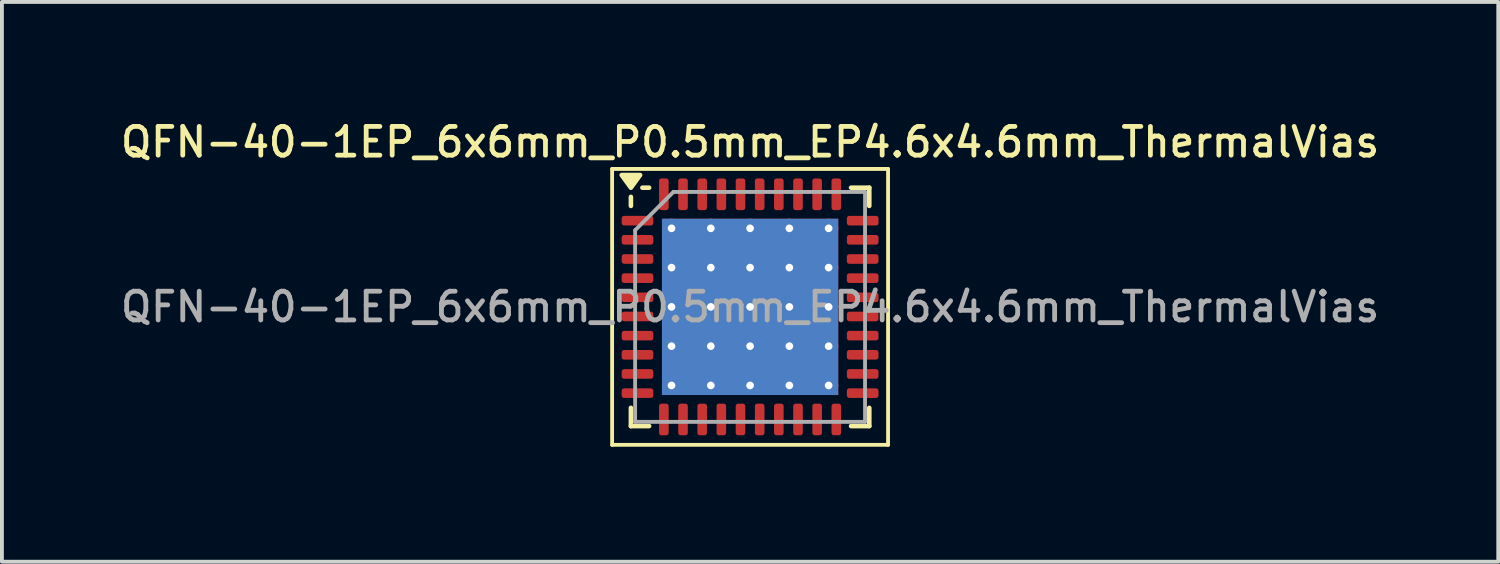
<source format=kicad_pcb>
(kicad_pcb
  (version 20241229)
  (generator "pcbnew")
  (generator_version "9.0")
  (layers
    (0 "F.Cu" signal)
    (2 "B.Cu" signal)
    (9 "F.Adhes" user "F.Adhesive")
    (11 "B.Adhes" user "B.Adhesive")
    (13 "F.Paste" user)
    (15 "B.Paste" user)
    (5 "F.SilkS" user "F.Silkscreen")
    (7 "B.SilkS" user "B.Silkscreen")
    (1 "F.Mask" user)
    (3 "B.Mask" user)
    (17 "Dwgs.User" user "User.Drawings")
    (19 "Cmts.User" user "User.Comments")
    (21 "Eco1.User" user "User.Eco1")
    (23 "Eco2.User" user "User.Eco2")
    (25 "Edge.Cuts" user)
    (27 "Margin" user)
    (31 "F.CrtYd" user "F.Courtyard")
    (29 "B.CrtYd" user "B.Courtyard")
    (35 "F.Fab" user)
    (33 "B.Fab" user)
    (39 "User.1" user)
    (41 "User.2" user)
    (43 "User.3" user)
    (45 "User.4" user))
  (footprint "QFN-40-1EP_6x6mm_P0.5mm_EP4.6x4.6mm_ThermalVias"
    (layer "F.Cu")
    (at 16.523 4.958)
    (property "Reference" "QFN-40-1EP_6x6mm_P0.5mm_EP4.6x4.6mm_ThermalVias" (at 0 -4.3 0) (layer "F.SilkS") (effects (font (size 0.75 0.75) (thickness 0.125))))
    (attr smd)
    (fp_line (start -3.6 -3.6) (end -3.6 3.6) (stroke (width 0.1) (type solid)) (layer "F.SilkS"))
    (fp_line (start -3.6 3.6) (end 3.6 3.6) (stroke (width 0.1) (type solid)) (layer "F.SilkS"))
    (fp_line (start -3.11 -2.635) (end -3.11 -2.87) (stroke (width 0.12) (type solid)) (layer "F.SilkS"))
    (fp_line (start -3.11 3.11) (end -3.11 2.635) (stroke (width 0.12) (type solid)) (layer "F.SilkS"))
    (fp_line (start -2.635 -3.11) (end -2.81 -3.11) (stroke (width 0.12) (type solid)) (layer "F.SilkS"))
    (fp_line (start -2.635 3.11) (end -3.11 3.11) (stroke (width 0.12) (type solid)) (layer "F.SilkS"))
    (fp_line (start 2.635 -3.11) (end 3.11 -3.11) (stroke (width 0.12) (type solid)) (layer "F.SilkS"))
    (fp_line (start 2.635 3.11) (end 3.11 3.11) (stroke (width 0.12) (type solid)) (layer "F.SilkS"))
    (fp_line (start 3.11 -3.11) (end 3.11 -2.635) (stroke (width 0.12) (type solid)) (layer "F.SilkS"))
    (fp_line (start 3.11 3.11) (end 3.11 2.635) (stroke (width 0.12) (type solid)) (layer "F.SilkS"))
    (fp_line (start 3.6 -3.6) (end -3.6 -3.6) (stroke (width 0.1) (type solid)) (layer "F.SilkS"))
    (fp_line (start 3.6 3.6) (end 3.6 -3.6) (stroke (width 0.1) (type solid)) (layer "F.SilkS"))
    (fp_poly (pts (xy -3.11 -3.11) (xy -3.35 -3.44) (xy -2.87 -3.44) (xy -3.11 -3.11)) (stroke (width 0.12) (type solid)) (fill yes) (layer "F.SilkS"))
    (fp_line (start -3 -2) (end -2 -3) (stroke (width 0.1) (type solid)) (layer "F.Fab"))
    (fp_line (start -3 3) (end -3 -2) (stroke (width 0.1) (type solid)) (layer "F.Fab"))
    (fp_line (start -2 -3) (end 3 -3) (stroke (width 0.1) (type solid)) (layer "F.Fab"))
    (fp_line (start 3 -3) (end 3 3) (stroke (width 0.1) (type solid)) (layer "F.Fab"))
    (fp_line (start 3 3) (end -3 3) (stroke (width 0.1) (type solid)) (layer "F.Fab"))
    (fp_text user "${REFERENCE}" (at 0 0 0) (layer "F.Fab") (effects (font (size 0.75 0.75) (thickness 0.125))))
    (pad "" smd custom (at -1.538 -1.538) (size 0.786 0.786) (layers "F.Paste") (options (anchor circle)) (primitives (gr_poly (pts (xy -0.34 -0.253) (xy -0.253 -0.34) (xy 0.253 -0.34) (xy 0.34 -0.253) (xy 0.34 0.253) (xy 0.253 0.34) (xy -0.253 0.34) (xy -0.34 0.253)) (width 0.21) (fill yes))))
    (pad "" smd custom (at -1.538 -0.512) (size 0.786 0.786) (layers "F.Paste") (options (anchor circle)) (primitives (gr_poly (pts (xy -0.34 -0.253) (xy -0.253 -0.34) (xy 0.253 -0.34) (xy 0.34 -0.253) (xy 0.34 0.253) (xy 0.253 0.34) (xy -0.253 0.34) (xy -0.34 0.253)) (width 0.21) (fill yes))))
    (pad "" smd custom (at -1.538 0.512) (size 0.786 0.786) (layers "F.Paste") (options (anchor circle)) (primitives (gr_poly (pts (xy -0.34 -0.253) (xy -0.253 -0.34) (xy 0.253 -0.34) (xy 0.34 -0.253) (xy 0.34 0.253) (xy 0.253 0.34) (xy -0.253 0.34) (xy -0.34 0.253)) (width 0.21) (fill yes))))
    (pad "" smd custom (at -1.538 1.538) (size 0.786 0.786) (layers "F.Paste") (options (anchor circle)) (primitives (gr_poly (pts (xy -0.34 -0.253) (xy -0.253 -0.34) (xy 0.253 -0.34) (xy 0.34 -0.253) (xy 0.34 0.253) (xy 0.253 0.34) (xy -0.253 0.34) (xy -0.34 0.253)) (width 0.21) (fill yes))))
    (pad "" smd custom (at -0.512 -1.538) (size 0.786 0.786) (layers "F.Paste") (options (anchor circle)) (primitives (gr_poly (pts (xy -0.34 -0.253) (xy -0.253 -0.34) (xy 0.253 -0.34) (xy 0.34 -0.253) (xy 0.34 0.253) (xy 0.253 0.34) (xy -0.253 0.34) (xy -0.34 0.253)) (width 0.21) (fill yes))))
    (pad "" smd custom (at -0.512 -0.512) (size 0.786 0.786) (layers "F.Paste") (options (anchor circle)) (primitives (gr_poly (pts (xy -0.34 -0.253) (xy -0.253 -0.34) (xy 0.253 -0.34) (xy 0.34 -0.253) (xy 0.34 0.253) (xy 0.253 0.34) (xy -0.253 0.34) (xy -0.34 0.253)) (width 0.21) (fill yes))))
    (pad "" smd custom (at -0.512 0.512) (size 0.786 0.786) (layers "F.Paste") (options (anchor circle)) (primitives (gr_poly (pts (xy -0.34 -0.253) (xy -0.253 -0.34) (xy 0.253 -0.34) (xy 0.34 -0.253) (xy 0.34 0.253) (xy 0.253 0.34) (xy -0.253 0.34) (xy -0.34 0.253)) (width 0.21) (fill yes))))
    (pad "" smd custom (at -0.512 1.538) (size 0.786 0.786) (layers "F.Paste") (options (anchor circle)) (primitives (gr_poly (pts (xy -0.34 -0.253) (xy -0.253 -0.34) (xy 0.253 -0.34) (xy 0.34 -0.253) (xy 0.34 0.253) (xy 0.253 0.34) (xy -0.253 0.34) (xy -0.34 0.253)) (width 0.21) (fill yes))))
    (pad "" smd custom (at 0.512 -1.538) (size 0.786 0.786) (layers "F.Paste") (options (anchor circle)) (primitives (gr_poly (pts (xy -0.34 -0.253) (xy -0.253 -0.34) (xy 0.253 -0.34) (xy 0.34 -0.253) (xy 0.34 0.253) (xy 0.253 0.34) (xy -0.253 0.34) (xy -0.34 0.253)) (width 0.21) (fill yes))))
    (pad "" smd custom (at 0.512 -0.512) (size 0.786 0.786) (layers "F.Paste") (options (anchor circle)) (primitives (gr_poly (pts (xy -0.34 -0.253) (xy -0.253 -0.34) (xy 0.253 -0.34) (xy 0.34 -0.253) (xy 0.34 0.253) (xy 0.253 0.34) (xy -0.253 0.34) (xy -0.34 0.253)) (width 0.21) (fill yes))))
    (pad "" smd custom (at 0.512 0.512) (size 0.786 0.786) (layers "F.Paste") (options (anchor circle)) (primitives (gr_poly (pts (xy -0.34 -0.253) (xy -0.253 -0.34) (xy 0.253 -0.34) (xy 0.34 -0.253) (xy 0.34 0.253) (xy 0.253 0.34) (xy -0.253 0.34) (xy -0.34 0.253)) (width 0.21) (fill yes))))
    (pad "" smd custom (at 0.512 1.538) (size 0.786 0.786) (layers "F.Paste") (options (anchor circle)) (primitives (gr_poly (pts (xy -0.34 -0.253) (xy -0.253 -0.34) (xy 0.253 -0.34) (xy 0.34 -0.253) (xy 0.34 0.253) (xy 0.253 0.34) (xy -0.253 0.34) (xy -0.34 0.253)) (width 0.21) (fill yes))))
    (pad "" smd custom (at 1.538 -1.538) (size 0.786 0.786) (layers "F.Paste") (options (anchor circle)) (primitives (gr_poly (pts (xy -0.34 -0.253) (xy -0.253 -0.34) (xy 0.253 -0.34) (xy 0.34 -0.253) (xy 0.34 0.253) (xy 0.253 0.34) (xy -0.253 0.34) (xy -0.34 0.253)) (width 0.21) (fill yes))))
    (pad "" smd custom (at 1.538 -0.512) (size 0.786 0.786) (layers "F.Paste") (options (anchor circle)) (primitives (gr_poly (pts (xy -0.34 -0.253) (xy -0.253 -0.34) (xy 0.253 -0.34) (xy 0.34 -0.253) (xy 0.34 0.253) (xy 0.253 0.34) (xy -0.253 0.34) (xy -0.34 0.253)) (width 0.21) (fill yes))))
    (pad "" smd custom (at 1.538 0.512) (size 0.786 0.786) (layers "F.Paste") (options (anchor circle)) (primitives (gr_poly (pts (xy -0.34 -0.253) (xy -0.253 -0.34) (xy 0.253 -0.34) (xy 0.34 -0.253) (xy 0.34 0.253) (xy 0.253 0.34) (xy -0.253 0.34) (xy -0.34 0.253)) (width 0.21) (fill yes))))
    (pad "" smd custom (at 1.538 1.538) (size 0.786 0.786) (layers "F.Paste") (options (anchor circle)) (primitives (gr_poly (pts (xy -0.34 -0.253) (xy -0.253 -0.34) (xy 0.253 -0.34) (xy 0.34 -0.253) (xy 0.34 0.253) (xy 0.253 0.34) (xy -0.253 0.34) (xy -0.34 0.253)) (width 0.21) (fill yes))))
    (pad "1" smd roundrect (at -2.938 -2.25) (size 0.825 0.25) (layers "F.Cu" "F.Mask" "F.Paste") (roundrect_rratio 0.25))
    (pad "2" smd roundrect (at -2.938 -1.75) (size 0.825 0.25) (layers "F.Cu" "F.Mask" "F.Paste") (roundrect_rratio 0.25))
    (pad "3" smd roundrect (at -2.938 -1.25) (size 0.825 0.25) (layers "F.Cu" "F.Mask" "F.Paste") (roundrect_rratio 0.25))
    (pad "4" smd roundrect (at -2.938 -0.75) (size 0.825 0.25) (layers "F.Cu" "F.Mask" "F.Paste") (roundrect_rratio 0.25))
    (pad "5" smd roundrect (at -2.938 -0.25) (size 0.825 0.25) (layers "F.Cu" "F.Mask" "F.Paste") (roundrect_rratio 0.25))
    (pad "6" smd roundrect (at -2.938 0.25) (size 0.825 0.25) (layers "F.Cu" "F.Mask" "F.Paste") (roundrect_rratio 0.25))
    (pad "7" smd roundrect (at -2.938 0.75) (size 0.825 0.25) (layers "F.Cu" "F.Mask" "F.Paste") (roundrect_rratio 0.25))
    (pad "8" smd roundrect (at -2.938 1.25) (size 0.825 0.25) (layers "F.Cu" "F.Mask" "F.Paste") (roundrect_rratio 0.25))
    (pad "9" smd roundrect (at -2.938 1.75) (size 0.825 0.25) (layers "F.Cu" "F.Mask" "F.Paste") (roundrect_rratio 0.25))
    (pad "10" smd roundrect (at -2.938 2.25) (size 0.825 0.25) (layers "F.Cu" "F.Mask" "F.Paste") (roundrect_rratio 0.25))
    (pad "11" smd roundrect (at -2.25 2.938) (size 0.25 0.825) (layers "F.Cu" "F.Mask" "F.Paste") (roundrect_rratio 0.25))
    (pad "12" smd roundrect (at -1.75 2.938) (size 0.25 0.825) (layers "F.Cu" "F.Mask" "F.Paste") (roundrect_rratio 0.25))
    (pad "13" smd roundrect (at -1.25 2.938) (size 0.25 0.825) (layers "F.Cu" "F.Mask" "F.Paste") (roundrect_rratio 0.25))
    (pad "14" smd roundrect (at -0.75 2.938) (size 0.25 0.825) (layers "F.Cu" "F.Mask" "F.Paste") (roundrect_rratio 0.25))
    (pad "15" smd roundrect (at -0.25 2.938) (size 0.25 0.825) (layers "F.Cu" "F.Mask" "F.Paste") (roundrect_rratio 0.25))
    (pad "16" smd roundrect (at 0.25 2.938) (size 0.25 0.825) (layers "F.Cu" "F.Mask" "F.Paste") (roundrect_rratio 0.25))
    (pad "17" smd roundrect (at 0.75 2.938) (size 0.25 0.825) (layers "F.Cu" "F.Mask" "F.Paste") (roundrect_rratio 0.25))
    (pad "18" smd roundrect (at 1.25 2.938) (size 0.25 0.825) (layers "F.Cu" "F.Mask" "F.Paste") (roundrect_rratio 0.25))
    (pad "19" smd roundrect (at 1.75 2.938) (size 0.25 0.825) (layers "F.Cu" "F.Mask" "F.Paste") (roundrect_rratio 0.25))
    (pad "20" smd roundrect (at 2.25 2.938) (size 0.25 0.825) (layers "F.Cu" "F.Mask" "F.Paste") (roundrect_rratio 0.25))
    (pad "21" smd roundrect (at 2.938 2.25) (size 0.825 0.25) (layers "F.Cu" "F.Mask" "F.Paste") (roundrect_rratio 0.25))
    (pad "22" smd roundrect (at 2.938 1.75) (size 0.825 0.25) (layers "F.Cu" "F.Mask" "F.Paste") (roundrect_rratio 0.25))
    (pad "23" smd roundrect (at 2.938 1.25) (size 0.825 0.25) (layers "F.Cu" "F.Mask" "F.Paste") (roundrect_rratio 0.25))
    (pad "24" smd roundrect (at 2.938 0.75) (size 0.825 0.25) (layers "F.Cu" "F.Mask" "F.Paste") (roundrect_rratio 0.25))
    (pad "25" smd roundrect (at 2.938 0.25) (size 0.825 0.25) (layers "F.Cu" "F.Mask" "F.Paste") (roundrect_rratio 0.25))
    (pad "26" smd roundrect (at 2.938 -0.25) (size 0.825 0.25) (layers "F.Cu" "F.Mask" "F.Paste") (roundrect_rratio 0.25))
    (pad "27" smd roundrect (at 2.938 -0.75) (size 0.825 0.25) (layers "F.Cu" "F.Mask" "F.Paste") (roundrect_rratio 0.25))
    (pad "28" smd roundrect (at 2.938 -1.25) (size 0.825 0.25) (layers "F.Cu" "F.Mask" "F.Paste") (roundrect_rratio 0.25))
    (pad "29" smd roundrect (at 2.938 -1.75) (size 0.825 0.25) (layers "F.Cu" "F.Mask" "F.Paste") (roundrect_rratio 0.25))
    (pad "30" smd roundrect (at 2.938 -2.25) (size 0.825 0.25) (layers "F.Cu" "F.Mask" "F.Paste") (roundrect_rratio 0.25))
    (pad "31" smd roundrect (at 2.25 -2.938) (size 0.25 0.825) (layers "F.Cu" "F.Mask" "F.Paste") (roundrect_rratio 0.25))
    (pad "32" smd roundrect (at 1.75 -2.938) (size 0.25 0.825) (layers "F.Cu" "F.Mask" "F.Paste") (roundrect_rratio 0.25))
    (pad "33" smd roundrect (at 1.25 -2.938) (size 0.25 0.825) (layers "F.Cu" "F.Mask" "F.Paste") (roundrect_rratio 0.25))
    (pad "34" smd roundrect (at 0.75 -2.938) (size 0.25 0.825) (layers "F.Cu" "F.Mask" "F.Paste") (roundrect_rratio 0.25))
    (pad "35" smd roundrect (at 0.25 -2.938) (size 0.25 0.825) (layers "F.Cu" "F.Mask" "F.Paste") (roundrect_rratio 0.25))
    (pad "36" smd roundrect (at -0.25 -2.938) (size 0.25 0.825) (layers "F.Cu" "F.Mask" "F.Paste") (roundrect_rratio 0.25))
    (pad "37" smd roundrect (at -0.75 -2.938) (size 0.25 0.825) (layers "F.Cu" "F.Mask" "F.Paste") (roundrect_rratio 0.25))
    (pad "38" smd roundrect (at -1.25 -2.938) (size 0.25 0.825) (layers "F.Cu" "F.Mask" "F.Paste") (roundrect_rratio 0.25))
    (pad "39" smd roundrect (at -1.75 -2.938) (size 0.25 0.825) (layers "F.Cu" "F.Mask" "F.Paste") (roundrect_rratio 0.25))
    (pad "40" smd roundrect (at -2.25 -2.938) (size 0.25 0.825) (layers "F.Cu" "F.Mask" "F.Paste") (roundrect_rratio 0.25))
    (pad "41" thru_hole circle (at -2.05 -2.05) (size 0.5 0.5) (drill 0.2) (property pad_prop_heatsink) (layers "*.Cu"))
    (pad "41" thru_hole circle (at -2.05 -1.025) (size 0.5 0.5) (drill 0.2) (property pad_prop_heatsink) (layers "*.Cu"))
    (pad "41" thru_hole circle (at -2.05 0) (size 0.5 0.5) (drill 0.2) (property pad_prop_heatsink) (layers "*.Cu"))
    (pad "41" thru_hole circle (at -2.05 1.025) (size 0.5 0.5) (drill 0.2) (property pad_prop_heatsink) (layers "*.Cu"))
    (pad "41" thru_hole circle (at -2.05 2.05) (size 0.5 0.5) (drill 0.2) (property pad_prop_heatsink) (layers "*.Cu"))
    (pad "41" thru_hole circle (at -1.025 -2.05) (size 0.5 0.5) (drill 0.2) (property pad_prop_heatsink) (layers "*.Cu"))
    (pad "41" thru_hole circle (at -1.025 -1.025) (size 0.5 0.5) (drill 0.2) (property pad_prop_heatsink) (layers "*.Cu"))
    (pad "41" thru_hole circle (at -1.025 0) (size 0.5 0.5) (drill 0.2) (property pad_prop_heatsink) (layers "*.Cu"))
    (pad "41" thru_hole circle (at -1.025 1.025) (size 0.5 0.5) (drill 0.2) (property pad_prop_heatsink) (layers "*.Cu"))
    (pad "41" thru_hole circle (at -1.025 2.05) (size 0.5 0.5) (drill 0.2) (property pad_prop_heatsink) (layers "*.Cu"))
    (pad "41" thru_hole circle (at 0 -2.05) (size 0.5 0.5) (drill 0.2) (property pad_prop_heatsink) (layers "*.Cu"))
    (pad "41" thru_hole circle (at 0 -1.025) (size 0.5 0.5) (drill 0.2) (property pad_prop_heatsink) (layers "*.Cu"))
    (pad "41" thru_hole circle (at 0 0) (size 0.5 0.5) (drill 0.2) (property pad_prop_heatsink) (layers "*.Cu"))
    (pad "41" smd rect (at 0 0) (size 4.6 4.6) (property pad_prop_heatsink) (layers "F.Cu" "F.Mask"))
    (pad "41" smd rect (at 0 0) (size 4.6 4.6) (property pad_prop_heatsink) (layers "B.Cu"))
    (pad "41" thru_hole circle (at 0 1.025) (size 0.5 0.5) (drill 0.2) (property pad_prop_heatsink) (layers "*.Cu"))
    (pad "41" thru_hole circle (at 0 2.05) (size 0.5 0.5) (drill 0.2) (property pad_prop_heatsink) (layers "*.Cu"))
    (pad "41" thru_hole circle (at 1.025 -2.05) (size 0.5 0.5) (drill 0.2) (property pad_prop_heatsink) (layers "*.Cu"))
    (pad "41" thru_hole circle (at 1.025 -1.025) (size 0.5 0.5) (drill 0.2) (property pad_prop_heatsink) (layers "*.Cu"))
    (pad "41" thru_hole circle (at 1.025 0) (size 0.5 0.5) (drill 0.2) (property pad_prop_heatsink) (layers "*.Cu"))
    (pad "41" thru_hole circle (at 1.025 1.025) (size 0.5 0.5) (drill 0.2) (property pad_prop_heatsink) (layers "*.Cu"))
    (pad "41" thru_hole circle (at 1.025 2.05) (size 0.5 0.5) (drill 0.2) (property pad_prop_heatsink) (layers "*.Cu"))
    (pad "41" thru_hole circle (at 2.05 -2.05) (size 0.5 0.5) (drill 0.2) (property pad_prop_heatsink) (layers "*.Cu"))
    (pad "41" thru_hole circle (at 2.05 -1.025) (size 0.5 0.5) (drill 0.2) (property pad_prop_heatsink) (layers "*.Cu"))
    (pad "41" thru_hole circle (at 2.05 0) (size 0.5 0.5) (drill 0.2) (property pad_prop_heatsink) (layers "*.Cu"))
    (pad "41" thru_hole circle (at 2.05 1.025) (size 0.5 0.5) (drill 0.2) (property pad_prop_heatsink) (layers "*.Cu"))
    (pad "41" thru_hole circle (at 2.05 2.05) (size 0.5 0.5) (drill 0.2) (property pad_prop_heatsink) (layers "*.Cu")))
  (gr_rect
    (start -3 -3)
    (end 36.046 11.608)
    (stroke (width 0.1) (type default))
    (fill no)
    (layer "Edge.Cuts")))
</source>
